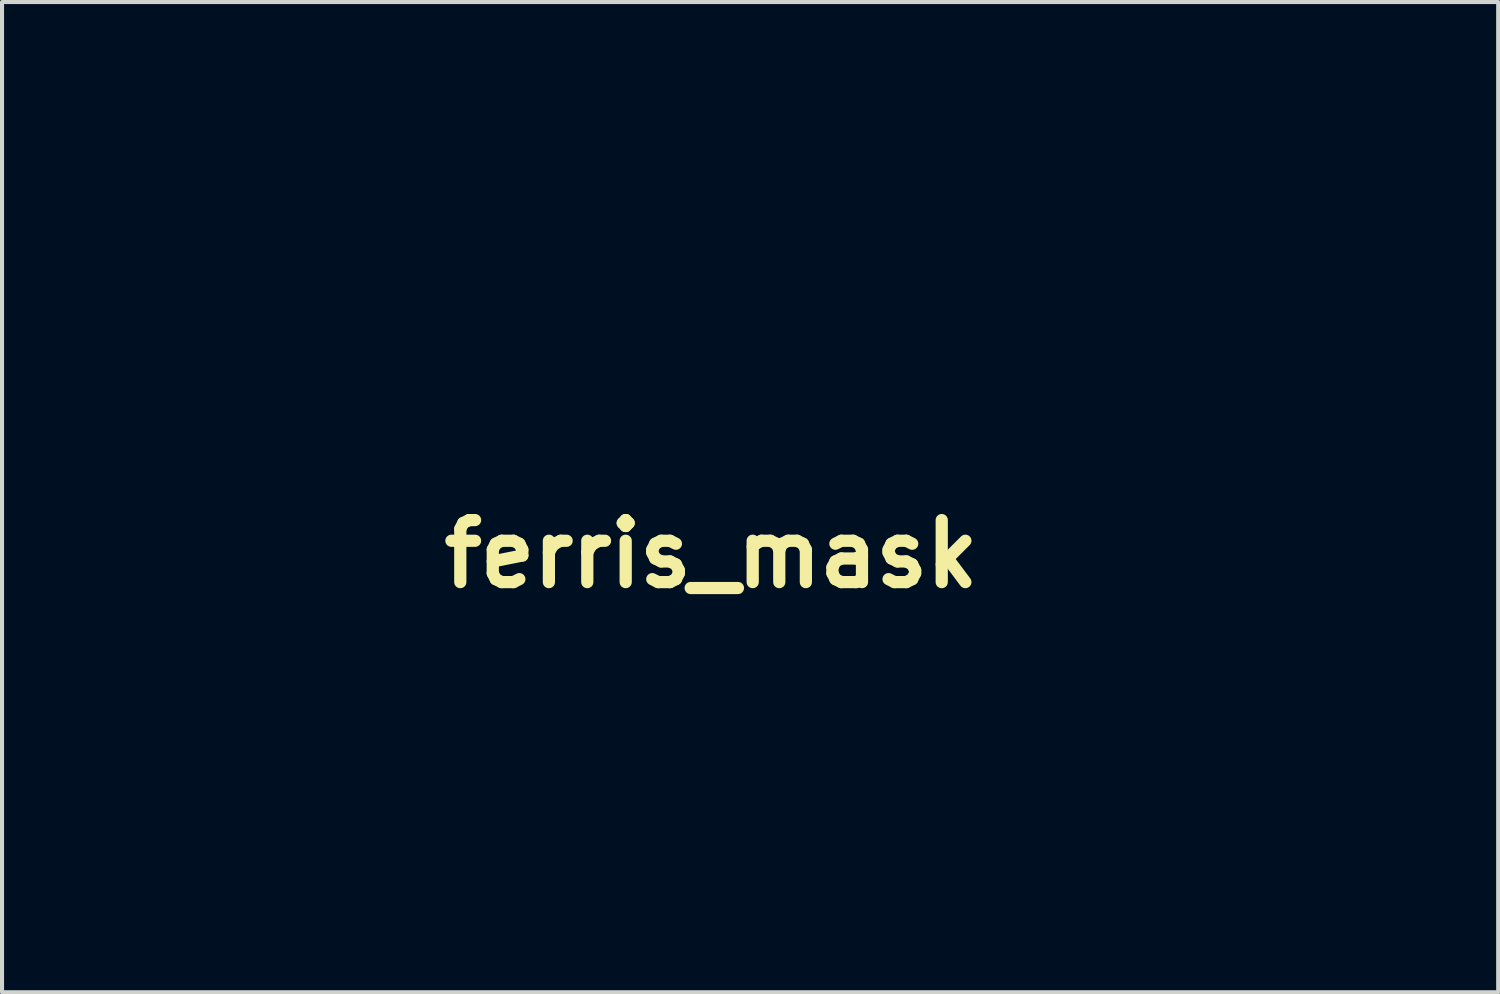
<source format=kicad_pcb>
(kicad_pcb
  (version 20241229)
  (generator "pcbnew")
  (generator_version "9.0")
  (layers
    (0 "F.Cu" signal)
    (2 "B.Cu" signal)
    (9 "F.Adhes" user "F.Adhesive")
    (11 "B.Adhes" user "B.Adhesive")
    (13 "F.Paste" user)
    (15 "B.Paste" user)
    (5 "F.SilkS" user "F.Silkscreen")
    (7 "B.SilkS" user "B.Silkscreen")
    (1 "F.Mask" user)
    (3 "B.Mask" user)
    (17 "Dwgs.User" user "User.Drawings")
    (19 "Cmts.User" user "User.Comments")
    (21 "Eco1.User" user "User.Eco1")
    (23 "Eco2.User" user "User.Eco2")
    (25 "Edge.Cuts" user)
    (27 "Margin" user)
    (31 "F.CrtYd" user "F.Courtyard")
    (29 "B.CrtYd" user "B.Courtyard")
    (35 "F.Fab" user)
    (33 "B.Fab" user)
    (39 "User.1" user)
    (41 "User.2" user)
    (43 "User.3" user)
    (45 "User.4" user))
  (footprint "ferris_mask"
    (layer "F.Cu")
    (at 14.428 10.563)
    (property "Reference" "ferris_mask" (at 0 0 0) (layer "F.SilkS") (effects (font (size 1.524 1.524) (thickness 0.3))))
    (attr board_only exclude_from_pos_files exclude_from_bom)
    (fp_poly (pts (xy 5.111 -7.078) (xy 5.085 -7.053) (xy 5.06 -7.078) (xy 5.085 -7.104)) (stroke (width 0) (type solid)) (fill yes) (layer "F.Mask"))
    (fp_poly (pts (xy -9.665 -0.037) (xy -9.652 -0.007) (xy -9.649 0.077) (xy -9.672 0.209) (xy -9.71 0.353) (xy -9.755 0.478) (xy -9.797 0.55) (xy -9.812 0.556) (xy -9.878 0.54) (xy -9.927 0.527) (xy -10.005 0.467) (xy -9.997 0.353) (xy -9.906 0.184) (xy -9.852 0.111) (xy -9.755 -0.009) (xy -9.698 -0.055)) (stroke (width 0) (type solid)) (fill yes) (layer "F.Mask"))
    (fp_poly (pts (xy 5.147 -3.423) (xy 5.389 -3.337) (xy 5.66 -3.211) (xy 5.867 -3.105) (xy 5.997 -3.026) (xy 6.066 -2.959) (xy 6.089 -2.89) (xy 6.087 -2.831) (xy 6.103 -2.758) (xy 6.152 -2.623) (xy 6.215 -2.473) (xy 6.316 -2.147) (xy 6.344 -1.807) (xy 6.307 -1.464) (xy 6.213 -1.133) (xy 6.068 -0.826) (xy 5.881 -0.555) (xy 5.658 -0.334) (xy 5.408 -0.175) (xy 5.137 -0.092) (xy 4.854 -0.096) (xy 4.823 -0.103) (xy 4.576 -0.207) (xy 4.367 -0.396) (xy 4.2 -0.655) (xy 4.08 -0.973) (xy 4.011 -1.335) (xy 3.998 -1.73) (xy 4.015 -1.876) (xy 4.219 -1.876) (xy 4.259 -1.66) (xy 4.364 -1.52) (xy 4.411 -1.492) (xy 4.589 -1.439) (xy 4.754 -1.473) (xy 4.861 -1.537) (xy 4.969 -1.646) (xy 5.218 -1.646) (xy 5.231 -1.559) (xy 5.3 -1.494) (xy 5.4 -1.49) (xy 5.48 -1.546) (xy 5.489 -1.565) (xy 5.485 -1.675) (xy 5.413 -1.763) (xy 5.333 -1.789) (xy 5.254 -1.746) (xy 5.218 -1.646) (xy 4.969 -1.646) (xy 5.036 -1.713) (xy 5.134 -1.943) (xy 5.162 -2.208) (xy 5.129 -2.483) (xy 5.034 -2.685) (xy 4.88 -2.809) (xy 4.78 -2.839) (xy 4.611 -2.84) (xy 4.477 -2.766) (xy 4.371 -2.611) (xy 4.288 -2.366) (xy 4.245 -2.166) (xy 4.219 -1.876) (xy 4.015 -1.876) (xy 4.047 -2.144) (xy 4.058 -2.198) (xy 4.148 -2.529) (xy 4.27 -2.836) (xy 4.413 -3.098) (xy 4.564 -3.292) (xy 4.649 -3.363) (xy 4.795 -3.434) (xy 4.955 -3.455)) (stroke (width 0) (type solid)) (fill yes) (layer "F.Mask"))
    (fp_poly (pts (xy 4.487 0.746) (xy 4.513 0.784) (xy 4.52 0.898) (xy 4.49 1.085) (xy 4.43 1.326) (xy 4.346 1.601) (xy 4.244 1.891) (xy 4.131 2.176) (xy 4.014 2.438) (xy 3.909 2.636) (xy 3.779 2.819) (xy 3.608 3.002) (xy 3.427 3.16) (xy 3.264 3.263) (xy 3.239 3.273) (xy 3.076 3.312) (xy 2.886 3.304) (xy 2.716 3.271) (xy 2.58 3.211) (xy 2.424 3.104) (xy 2.343 3.033) (xy 2.22 2.888) (xy 2.171 2.815) (xy 2.565 2.815) (xy 2.602 2.864) (xy 2.67 2.902) (xy 2.895 2.957) (xy 3.13 2.925) (xy 3.217 2.889) (xy 3.352 2.781) (xy 3.499 2.601) (xy 3.643 2.376) (xy 3.767 2.13) (xy 3.854 1.894) (xy 3.896 1.727) (xy 3.921 1.605) (xy 3.922 1.554) (xy 3.867 1.56) (xy 3.748 1.598) (xy 3.637 1.642) (xy 3.486 1.709) (xy 3.408 1.766) (xy 3.378 1.842) (xy 3.373 1.95) (xy 3.358 2.085) (xy 3.302 2.207) (xy 3.186 2.351) (xy 3.163 2.376) (xy 3.011 2.519) (xy 2.846 2.641) (xy 2.755 2.692) (xy 2.614 2.762) (xy 2.565 2.815) (xy 2.171 2.815) (xy 2.086 2.686) (xy 1.954 2.455) (xy 1.84 2.223) (xy 1.758 2.019) (xy 1.723 1.875) (xy 1.723 1.812) (xy 1.744 1.763) (xy 1.802 1.718) (xy 1.914 1.666) (xy 2.095 1.599) (xy 2.274 1.537) (xy 2.54 1.439) (xy 2.86 1.314) (xy 3.196 1.176) (xy 3.509 1.042) (xy 3.538 1.029) (xy 3.867 0.886) (xy 4.116 0.789) (xy 4.295 0.735) (xy 4.415 0.722)) (stroke (width 0) (type solid)) (fill yes) (layer "F.Mask"))
    (fp_poly (pts (xy -0.244 -1.925) (xy 0.169 -1.851) (xy 0.512 -1.701) (xy 0.785 -1.478) (xy 0.986 -1.183) (xy 1.114 -0.816) (xy 1.164 -0.452) (xy 1.143 0.017) (xy 1.021 0.472) (xy 0.797 0.917) (xy 0.771 0.958) (xy 0.528 1.259) (xy 0.25 1.466) (xy -0.058 1.578) (xy -0.396 1.591) (xy -0.494 1.577) (xy -0.805 1.482) (xy -1.066 1.31) (xy -1.282 1.056) (xy -1.458 0.715) (xy -1.583 0.343) (xy -1.611 0.17) (xy -1.624 -0.06) (xy -1.623 -0.313) (xy -1.618 -0.39) (xy -1.329 -0.39) (xy -1.326 -0.201) (xy -1.307 -0.078) (xy -1.26 0.016) (xy -1.171 0.118) (xy -1.124 0.166) (xy -0.997 0.283) (xy -0.904 0.339) (xy -0.811 0.346) (xy -0.755 0.337) (xy -0.621 0.282) (xy -0.468 0.178) (xy -0.397 0.116) (xy -0.329 0.03) (xy -0.101 0.03) (xy -0.083 0.131) (xy -0.014 0.195) (xy 0.088 0.194) (xy 0.183 0.133) (xy 0.206 0.099) (xy 0.227 -0.024) (xy 0.168 -0.115) (xy 0.048 -0.145) (xy 0.031 -0.143) (xy -0.065 -0.086) (xy -0.101 0.03) (xy -0.329 0.03) (xy -0.248 -0.072) (xy -0.12 -0.31) (xy -0.031 -0.556) (xy 0 -0.762) (xy -0.035 -1.071) (xy -0.138 -1.305) (xy -0.311 -1.464) (xy -0.502 -1.537) (xy -0.655 -1.562) (xy -0.764 -1.543) (xy -0.878 -1.476) (xy -1.043 -1.305) (xy -1.181 -1.062) (xy -1.279 -0.775) (xy -1.326 -0.472) (xy -1.329 -0.39) (xy -1.618 -0.39) (xy -1.608 -0.556) (xy -1.579 -0.753) (xy -1.555 -0.839) (xy -1.54 -0.91) (xy -1.589 -0.909) (xy -1.597 -0.906) (xy -1.696 -0.913) (xy -1.736 -0.943) (xy -1.745 -0.988) (xy -1.705 -1.06) (xy -1.609 -1.169) (xy -1.447 -1.326) (xy -1.353 -1.413) (xy -1.114 -1.626) (xy -0.924 -1.774) (xy -0.763 -1.869) (xy -0.61 -1.919) (xy -0.443 -1.935)) (stroke (width 0) (type solid)) (fill yes) (layer "F.Mask"))
    (fp_poly (pts (xy -0.903 -10.559) (xy -0.718 -10.484) (xy -0.52 -10.34) (xy -0.335 -10.15) (xy -0.191 -9.939) (xy -0.182 -9.922) (xy -0.069 -9.714) (xy 0.084 -9.455) (xy 0.256 -9.179) (xy 0.427 -8.917) (xy 0.538 -8.755) (xy 0.624 -8.644) (xy 0.709 -8.57) (xy 0.819 -8.522) (xy 0.983 -8.488) (xy 1.178 -8.46) (xy 1.311 -8.446) (xy 1.398 -8.461) (xy 1.471 -8.522) (xy 1.565 -8.646) (xy 1.585 -8.674) (xy 1.791 -8.929) (xy 2.027 -9.168) (xy 2.264 -9.363) (xy 2.421 -9.462) (xy 2.651 -9.534) (xy 2.868 -9.512) (xy 3.063 -9.404) (xy 3.224 -9.218) (xy 3.342 -8.963) (xy 3.397 -8.713) (xy 3.435 -8.507) (xy 3.489 -8.299) (xy 3.508 -8.242) (xy 3.549 -8.09) (xy 3.561 -7.965) (xy 3.557 -7.935) (xy 3.546 -7.851) (xy 3.584 -7.776) (xy 3.686 -7.692) (xy 3.848 -7.591) (xy 4.094 -7.449) (xy 4.206 -7.554) (xy 4.309 -7.629) (xy 4.471 -7.723) (xy 4.657 -7.818) (xy 4.66 -7.819) (xy 4.845 -7.902) (xy 4.974 -7.943) (xy 5.079 -7.949) (xy 5.192 -7.927) (xy 5.201 -7.925) (xy 5.395 -7.844) (xy 5.533 -7.716) (xy 5.622 -7.525) (xy 5.67 -7.258) (xy 5.681 -7.052) (xy 5.691 -6.697) (xy 5.993 -6.463) (xy 6.296 -6.228) (xy 6.496 -6.308) (xy 6.688 -6.371) (xy 6.816 -6.386) (xy 6.872 -6.352) (xy 6.867 -6.312) (xy 6.816 -6.244) (xy 6.791 -6.235) (xy 6.707 -6.206) (xy 6.591 -6.136) (xy 6.478 -6.049) (xy 6.403 -5.972) (xy 6.389 -5.941) (xy 6.421 -5.882) (xy 6.439 -5.877) (xy 6.505 -5.846) (xy 6.615 -5.767) (xy 6.682 -5.711) (xy 6.809 -5.615) (xy 6.915 -5.559) (xy 6.951 -5.552) (xy 7.05 -5.562) (xy 7.073 -5.565) (xy 7.078 -5.6) (xy 7.026 -5.674) (xy 6.972 -5.742) (xy 6.962 -5.805) (xy 6.999 -5.899) (xy 7.044 -5.985) (xy 7.126 -6.16) (xy 7.149 -6.274) (xy 7.112 -6.35) (xy 7.065 -6.384) (xy 7.006 -6.425) (xy 7.036 -6.437) (xy 7.06 -6.438) (xy 7.206 -6.394) (xy 7.313 -6.27) (xy 7.367 -6.082) (xy 7.371 -6.031) (xy 7.37 -5.875) (xy 7.359 -5.68) (xy 7.341 -5.476) (xy 7.32 -5.293) (xy 7.298 -5.16) (xy 7.283 -5.111) (xy 7.296 -5.052) (xy 7.352 -4.948) (xy 7.429 -4.833) (xy 7.504 -4.739) (xy 7.554 -4.702) (xy 7.615 -4.728) (xy 7.727 -4.795) (xy 7.778 -4.829) (xy 7.953 -4.925) (xy 8.151 -5.004) (xy 8.193 -5.017) (xy 8.326 -5.047) (xy 8.432 -5.046) (xy 8.549 -5.009) (xy 8.712 -4.931) (xy 8.854 -4.854) (xy 8.971 -4.776) (xy 9.067 -4.685) (xy 9.15 -4.567) (xy 9.224 -4.411) (xy 9.294 -4.205) (xy 9.367 -3.937) (xy 9.448 -3.595) (xy 9.542 -3.166) (xy 9.558 -3.092) (xy 9.627 -2.781) (xy 9.69 -2.503) (xy 9.746 -2.275) (xy 9.788 -2.112) (xy 9.815 -2.03) (xy 9.818 -2.024) (xy 9.888 -2.017) (xy 10.039 -2.052) (xy 10.26 -2.128) (xy 10.541 -2.239) (xy 10.873 -2.383) (xy 10.879 -2.385) (xy 11.068 -2.475) (xy 11.178 -2.541) (xy 11.222 -2.594) (xy 11.219 -2.644) (xy 11.192 -2.737) (xy 11.156 -2.897) (xy 11.118 -3.093) (xy 11.114 -3.118) (xy 11.077 -3.547) (xy 11.106 -3.999) (xy 11.187 -4.383) (xy 11.333 -4.728) (xy 11.56 -5.079) (xy 11.85 -5.416) (xy 12.185 -5.72) (xy 12.547 -5.971) (xy 12.744 -6.075) (xy 13.08 -6.222) (xy 13.34 -6.305) (xy 13.522 -6.325) (xy 13.626 -6.281) (xy 13.628 -6.278) (xy 13.657 -6.193) (xy 13.685 -6.027) (xy 13.71 -5.799) (xy 13.731 -5.529) (xy 13.747 -5.238) (xy 13.756 -4.947) (xy 13.758 -4.675) (xy 13.75 -4.443) (xy 13.749 -4.421) (xy 13.735 -4.217) (xy 13.725 -4.057) (xy 13.721 -3.965) (xy 13.721 -3.951) (xy 13.765 -3.969) (xy 13.885 -4.025) (xy 14.063 -4.112) (xy 14.283 -4.221) (xy 14.376 -4.267) (xy 14.7 -4.422) (xy 15.029 -4.565) (xy 15.346 -4.691) (xy 15.639 -4.796) (xy 15.892 -4.874) (xy 16.092 -4.92) (xy 16.223 -4.93) (xy 16.263 -4.915) (xy 16.303 -4.82) (xy 16.327 -4.647) (xy 16.333 -4.421) (xy 16.325 -4.165) (xy 16.302 -3.901) (xy 16.265 -3.654) (xy 16.215 -3.448) (xy 16.026 -2.998) (xy 15.755 -2.563) (xy 15.418 -2.166) (xy 15.035 -1.832) (xy 14.907 -1.744) (xy 14.517 -1.519) (xy 14.138 -1.367) (xy 13.734 -1.277) (xy 13.307 -1.239) (xy 12.995 -1.232) (xy 12.747 -1.242) (xy 12.579 -1.267) (xy 12.562 -1.273) (xy 12.452 -1.302) (xy 12.37 -1.292) (xy 12.28 -1.23) (xy 12.191 -1.149) (xy 11.985 -0.968) (xy 11.729 -0.763) (xy 11.452 -0.556) (xy 11.186 -0.37) (xy 10.96 -0.228) (xy 10.937 -0.215) (xy 10.802 -0.148) (xy 10.605 -0.061) (xy 10.366 0.038) (xy 10.104 0.141) (xy 9.84 0.242) (xy 9.594 0.331) (xy 9.385 0.403) (xy 9.235 0.448) (xy 9.169 0.46) (xy 9.104 0.489) (xy 9.097 0.511) (xy 9.106 0.545) (xy 9.146 0.557) (xy 9.233 0.543) (xy 9.383 0.501) (xy 9.593 0.435) (xy 9.831 0.359) (xy 9.989 0.32) (xy 10.082 0.33) (xy 10.128 0.403) (xy 10.141 0.549) (xy 10.137 0.783) (xy 10.136 0.856) (xy 10.125 1.224) (xy 10.105 1.515) (xy 10.073 1.754) (xy 10.027 1.966) (xy 9.985 2.108) (xy 9.917 2.266) (xy 9.831 2.342) (xy 9.711 2.339) (xy 9.54 2.26) (xy 9.452 2.207) (xy 9.308 2.101) (xy 9.158 1.97) (xy 9.025 1.834) (xy 8.929 1.717) (xy 8.893 1.641) (xy 8.935 1.617) (xy 9.015 1.622) (xy 9.134 1.619) (xy 9.256 1.581) (xy 9.338 1.523) (xy 9.353 1.49) (xy 9.306 1.472) (xy 9.187 1.466) (xy 9.057 1.471) (xy 8.888 1.48) (xy 8.792 1.469) (xy 8.737 1.429) (xy 8.7 1.36) (xy 8.665 1.265) (xy 8.696 1.231) (xy 8.779 1.225) (xy 8.891 1.208) (xy 9.031 1.165) (xy 9.171 1.109) (xy 9.283 1.051) (xy 9.338 1.003) (xy 9.336 0.988) (xy 9.273 0.986) (xy 9.151 1.017) (xy 9.074 1.044) (xy 8.846 1.109) (xy 8.675 1.11) (xy 8.571 1.049) (xy 8.543 0.98) (xy 8.563 0.85) (xy 8.615 0.762) (xy 8.665 0.692) (xy 8.658 0.667) (xy 8.584 0.714) (xy 8.492 0.828) (xy 8.402 0.98) (xy 8.334 1.144) (xy 8.332 1.15) (xy 8.266 1.323) (xy 8.173 1.531) (xy 8.063 1.751) (xy 7.949 1.961) (xy 7.843 2.138) (xy 7.756 2.26) (xy 7.712 2.302) (xy 7.619 2.322) (xy 7.524 2.26) (xy 7.515 2.251) (xy 7.445 2.143) (xy 7.466 2.041) (xy 7.582 1.935) (xy 7.645 1.895) (xy 7.756 1.814) (xy 7.818 1.74) (xy 7.817 1.693) (xy 7.788 1.687) (xy 7.736 1.719) (xy 7.623 1.806) (xy 7.468 1.934) (xy 7.284 2.091) (xy 7.089 2.263) (xy 6.899 2.434) (xy 6.716 2.599) (xy 6.511 2.779) (xy 6.3 2.959) (xy 6.099 3.126) (xy 5.926 3.267) (xy 5.796 3.367) (xy 5.726 3.413) (xy 5.726 3.413) (xy 5.646 3.456) (xy 5.512 3.537) (xy 5.368 3.63) (xy 5.191 3.739) (xy 4.964 3.866) (xy 4.707 4.004) (xy 4.436 4.143) (xy 4.169 4.274) (xy 3.924 4.389) (xy 3.72 4.479) (xy 3.573 4.534) (xy 3.51 4.548) (xy 3.413 4.581) (xy 3.396 4.594) (xy 3.323 4.633) (xy 3.176 4.695) (xy 2.978 4.771) (xy 2.751 4.853) (xy 2.519 4.932) (xy 2.304 4.999) (xy 2.198 5.03) (xy 1.981 5.088) (xy 1.737 5.154) (xy 1.61 5.188) (xy 1.402 5.252) (xy 1.199 5.325) (xy 1.095 5.37) (xy 0.906 5.441) (xy 0.676 5.504) (xy 0.445 5.547) (xy 0.252 5.565) (xy 0.194 5.562) (xy 0.09 5.56) (xy -0.084 5.568) (xy -0.294 5.582) (xy -0.358 5.588) (xy -0.693 5.612) (xy -1.059 5.629) (xy -1.43 5.639) (xy -1.786 5.641) (xy -2.101 5.635) (xy -2.354 5.621) (xy -2.479 5.607) (xy -2.702 5.578) (xy -2.961 5.554) (xy -3.143 5.543) (xy -3.423 5.524) (xy -3.7 5.488) (xy -4.004 5.43) (xy -4.362 5.346) (xy -4.556 5.296) (xy -4.836 5.216) (xy -5.116 5.125) (xy -5.374 5.03) (xy -5.587 4.941) (xy -5.732 4.865) (xy -5.762 4.844) (xy -5.809 4.822) (xy -5.842 4.855) (xy -5.867 4.959) (xy -5.89 5.147) (xy -5.894 5.184) (xy -5.897 5.357) (xy -5.875 5.493) (xy -5.86 5.528) (xy -5.833 5.615) (xy -5.867 5.724) (xy -5.898 5.781) (xy -5.958 5.89) (xy -5.961 5.953) (xy -5.904 6.01) (xy -5.873 6.034) (xy -5.791 6.103) (xy -5.787 6.156) (xy -5.852 6.236) (xy -5.918 6.318) (xy -5.915 6.368) (xy -5.864 6.411) (xy -5.82 6.461) (xy -5.793 6.545) (xy -5.78 6.687) (xy -5.775 6.905) (xy -5.775 6.946) (xy -5.786 7.262) (xy -5.82 7.48) (xy -5.85 7.56) (xy -5.97 7.711) (xy -6.125 7.767) (xy -6.315 7.725) (xy -6.422 7.67) (xy -6.542 7.571) (xy -6.677 7.423) (xy -6.75 7.325) (xy -6.881 7.146) (xy -7.04 6.947) (xy -7.146 6.823) (xy -7.301 6.639) (xy -7.458 6.436) (xy -7.545 6.312) (xy -7.654 6.154) (xy -7.801 5.951) (xy -7.961 5.735) (xy -8.027 5.647) (xy -8.189 5.425) (xy -8.351 5.187) (xy -8.486 4.972) (xy -8.524 4.906) (xy -8.656 4.68) (xy -8.809 4.434) (xy -8.92 4.263) (xy -9.037 4.084) (xy -9.139 3.913) (xy -9.204 3.79) (xy -9.258 3.683) (xy -9.298 3.63) (xy -9.301 3.629) (xy -9.335 3.672) (xy -9.389 3.779) (xy -9.413 3.834) (xy -9.491 3.972) (xy -9.571 4.036) (xy -9.585 4.037) (xy -9.648 4.069) (xy -9.646 4.132) (xy -9.651 4.266) (xy -9.722 4.365) (xy -9.815 4.395) (xy -9.898 4.428) (xy -9.907 4.508) (xy -9.856 4.587) (xy -9.83 4.667) (xy -9.88 4.745) (xy -9.984 4.796) (xy -10.049 4.804) (xy -10.145 4.838) (xy -10.17 4.919) (xy -10.115 5.015) (xy -10.1 5.028) (xy -10.085 5.062) (xy -10.096 5.127) (xy -10.139 5.232) (xy -10.219 5.39) (xy -10.342 5.609) (xy -10.511 5.901) (xy -10.586 6.029) (xy -10.753 6.309) (xy -10.906 6.56) (xy -11.037 6.768) (xy -11.136 6.918) (xy -11.195 6.998) (xy -11.205 7.007) (xy -11.293 7.015) (xy -11.425 6.99) (xy -11.447 6.983) (xy -11.557 6.924) (xy -11.66 6.815) (xy -11.761 6.646) (xy -11.867 6.406) (xy -11.981 6.085) (xy -12.088 5.749) (xy -12.169 5.468) (xy -12.228 5.222) (xy -12.271 4.976) (xy -12.303 4.695) (xy -12.33 4.361) (xy -12.381 3.635) (xy -11.861 3.635) (xy -11.856 4.086) (xy -11.827 4.495) (xy -11.779 4.809) (xy -11.703 5.146) (xy -11.638 5.387) (xy -11.584 5.528) (xy -11.545 5.571) (xy -11.515 5.525) (xy -11.464 5.399) (xy -11.398 5.214) (xy -11.324 4.986) (xy -11.319 4.97) (xy -11.158 4.45) (xy -11.022 4.022) (xy -10.91 3.677) (xy -10.818 3.41) (xy -10.803 3.37) (xy -9.046 3.37) (xy -9.004 3.447) (xy -8.908 3.509) (xy -8.833 3.526) (xy -8.757 3.569) (xy -8.647 3.685) (xy -8.529 3.846) (xy -8.385 4.053) (xy -8.213 4.288) (xy -8.053 4.497) (xy -7.886 4.713) (xy -7.705 4.954) (xy -7.555 5.162) (xy -7.333 5.445) (xy -7.071 5.733) (xy -6.798 5.995) (xy -6.542 6.204) (xy -6.485 6.245) (xy -6.261 6.396) (xy -6.228 6.251) (xy -6.215 6.143) (xy -6.204 5.959) (xy -6.197 5.728) (xy -6.194 5.52) (xy -6.197 5.254) (xy -6.204 4.999) (xy -6.216 4.786) (xy -6.227 4.676) (xy -6.254 4.522) (xy -6.29 4.446) (xy -6.351 4.421) (xy -6.371 4.421) (xy -6.49 4.401) (xy -6.518 4.34) (xy -6.458 4.229) (xy -6.445 4.212) (xy -6.356 4.078) (xy -6.346 4.004) (xy -6.397 3.986) (xy -6.479 3.954) (xy -6.537 3.908) (xy -6.612 3.845) (xy -6.748 3.739) (xy -6.921 3.609) (xy -7.027 3.53) (xy -7.217 3.386) (xy -7.388 3.25) (xy -7.515 3.142) (xy -7.554 3.103) (xy -7.672 2.977) (xy -8.038 3.131) (xy -8.32 3.229) (xy -8.603 3.295) (xy -8.725 3.31) (xy -8.891 3.328) (xy -9.007 3.351) (xy -9.046 3.37) (xy -10.803 3.37) (xy -10.744 3.213) (xy -10.686 3.079) (xy -10.642 3.002) (xy -10.608 2.973) (xy -10.608 2.973) (xy -10.515 2.991) (xy -10.4 3.058) (xy -10.393 3.063) (xy -10.279 3.126) (xy -10.149 3.162) (xy -10.035 3.167) (xy -9.97 3.138) (xy -9.966 3.12) (xy -10.005 3.066) (xy -10.104 2.98) (xy -10.19 2.917) (xy -10.459 2.694) (xy -10.723 2.409) (xy -10.96 2.091) (xy -11.149 1.767) (xy -11.263 1.486) (xy -11.312 1.262) (xy -11.339 1.009) (xy -11.34 0.961) (xy -10.547 0.961) (xy -10.53 1.063) (xy -10.493 1.191) (xy -10.446 1.309) (xy -10.408 1.376) (xy -10.334 1.441) (xy -10.205 1.537) (xy -10.087 1.616) (xy -9.934 1.718) (xy -9.81 1.807) (xy -9.754 1.853) (xy -9.661 1.932) (xy -9.558 2.008) (xy -9.486 2.07) (xy -9.499 2.092) (xy -9.591 2.075) (xy -9.753 2.02) (xy -9.889 1.967) (xy -10.075 1.891) (xy -10.178 1.854) (xy -10.21 1.857) (xy -10.183 1.899) (xy -10.115 1.974) (xy -9.889 2.172) (xy -9.616 2.323) (xy -9.282 2.432) (xy -8.872 2.503) (xy -8.568 2.531) (xy -8.317 2.555) (xy -8.168 2.582) (xy -8.117 2.611) (xy -8.165 2.641) (xy -8.309 2.668) (xy -8.549 2.691) (xy -8.672 2.698) (xy -8.898 2.711) (xy -9.034 2.724) (xy -9.092 2.738) (xy -9.086 2.759) (xy -9.028 2.788) (xy -9.02 2.791) (xy -8.739 2.86) (xy -8.431 2.849) (xy -8.117 2.765) (xy -7.821 2.618) (xy -7.565 2.417) (xy -7.371 2.17) (xy -7.364 2.157) (xy -7.312 2.09) (xy -7.285 2.102) (xy -7.286 2.174) (xy -7.32 2.285) (xy -7.336 2.322) (xy -7.423 2.506) (xy -7.178 2.722) (xy -6.89 2.963) (xy -6.642 3.133) (xy -6.416 3.244) (xy -6.191 3.308) (xy -6.119 3.319) (xy -5.908 3.357) (xy -5.704 3.407) (xy -5.596 3.443) (xy -5.404 3.496) (xy -5.197 3.521) (xy -5.005 3.518) (xy -4.86 3.486) (xy -4.804 3.45) (xy -4.737 3.386) (xy -4.708 3.373) (xy -4.658 3.406) (xy -4.554 3.491) (xy -4.419 3.611) (xy -4.4 3.628) (xy -4.257 3.757) (xy -4.167 3.824) (xy -4.11 3.839) (xy -4.067 3.81) (xy -4.053 3.794) (xy -4.007 3.745) (xy -3.997 3.772) (xy -4.014 3.871) (xy -4.017 3.997) (xy -3.967 4.039) (xy -3.873 3.995) (xy -3.789 3.917) (xy -3.702 3.782) (xy -3.647 3.618) (xy -3.645 3.609) (xy -3.615 3.48) (xy -3.579 3.401) (xy -3.572 3.395) (xy -3.527 3.408) (xy -3.501 3.49) (xy -3.496 3.609) (xy -3.518 3.733) (xy -3.525 3.753) (xy -3.558 3.861) (xy -3.56 3.919) (xy -3.56 3.919) (xy -3.5 3.921) (xy -3.379 3.899) (xy -3.23 3.863) (xy -3.091 3.82) (xy -2.994 3.78) (xy -2.98 3.771) (xy -2.898 3.66) (xy -2.883 3.5) (xy -2.935 3.283) (xy -3.056 3) (xy -3.056 2.999) (xy -3.173 2.779) (xy -3.293 2.585) (xy -3.405 2.432) (xy -3.496 2.336) (xy -3.556 2.314) (xy -3.562 2.318) (xy -3.551 2.371) (xy -3.493 2.469) (xy -3.478 2.49) (xy -3.364 2.702) (xy -3.28 2.974) (xy -3.233 3.264) (xy -3.23 3.533) (xy -3.252 3.667) (xy -3.291 3.766) (xy -3.326 3.766) (xy -3.356 3.667) (xy -3.381 3.473) (xy -3.388 3.386) (xy -3.418 3.077) (xy -3.467 2.842) (xy -3.545 2.65) (xy -3.663 2.472) (xy -3.762 2.355) (xy -3.911 2.203) (xy -4.026 2.122) (xy -4.132 2.096) (xy -4.144 2.095) (xy -4.25 2.111) (xy -4.293 2.146) (xy -4.337 2.183) (xy -4.443 2.198) (xy -4.566 2.216) (xy -4.631 2.259) (xy -4.617 2.312) (xy -4.6 2.325) (xy -4.551 2.391) (xy -4.548 2.406) (xy -4.584 2.418) (xy -4.663 2.38) (xy -4.775 2.334) (xy -4.915 2.339) (xy -4.983 2.354) (xy -5.123 2.375) (xy -5.331 2.392) (xy -5.574 2.402) (xy -5.714 2.404) (xy -5.962 2.402) (xy -6.14 2.391) (xy -6.278 2.365) (xy -6.409 2.319) (xy -6.558 2.249) (xy -6.747 2.15) (xy -6.921 2.046) (xy -7.027 1.972) (xy -7.179 1.851) (xy -7.09 1.665) (xy -7.026 1.444) (xy -7.003 1.161) (xy -7.021 0.847) (xy -7.064 0.617) (xy -6.684 0.617) (xy -6.684 0.756) (xy -6.665 1.09) (xy -6.6 1.355) (xy -6.476 1.578) (xy -6.281 1.787) (xy -6.154 1.894) (xy -5.986 2.006) (xy -5.853 2.04) (xy -5.733 2) (xy -5.729 1.997) (xy -5.687 1.947) (xy -5.688 1.893) (xy -5.495 1.893) (xy -5.445 1.991) (xy -5.436 2) (xy -5.347 2.077) (xy -5.289 2.089) (xy -5.282 2.036) (xy -5.293 2.006) (xy -5.324 1.887) (xy -5.332 1.776) (xy -5.348 1.663) (xy -5.392 1.645) (xy -5.45 1.721) (xy -5.471 1.77) (xy -5.495 1.893) (xy -5.688 1.893) (xy -5.689 1.855) (xy -5.714 1.756) (xy -5.793 1.497) (xy -5.864 1.317) (xy -5.94 1.191) (xy -6.031 1.099) (xy -6.068 1.07) (xy -6.214 0.963) (xy -6.388 0.836) (xy -6.462 0.781) (xy -6.684 0.617) (xy -7.064 0.617) (xy -7.079 0.532) (xy -7.104 0.445) (xy -7.272 0.045) (xy -7.514 -0.3) (xy -7.837 -0.598) (xy -8.247 -0.856) (xy -8.462 -0.961) (xy -8.725 -1.065) (xy -8.929 -1.118) (xy -9.068 -1.119) (xy -9.135 -1.07) (xy -9.122 -0.97) (xy -9.074 -0.888) (xy -8.879 -0.569) (xy -8.69 -0.185) (xy -8.519 0.232) (xy -8.378 0.65) (xy -8.28 1.038) (xy -8.248 1.234) (xy -8.236 1.39) (xy -8.252 1.473) (xy -8.302 1.514) (xy -8.305 1.515) (xy -8.437 1.53) (xy -8.646 1.51) (xy -8.912 1.459) (xy -9.22 1.382) (xy -9.55 1.284) (xy -9.885 1.167) (xy -10.066 1.096) (xy -10.26 1.019) (xy -10.418 0.958) (xy -10.516 0.924) (xy -10.535 0.92) (xy -10.547 0.961) (xy -11.34 0.961) (xy -11.345 0.757) (xy -11.329 0.533) (xy -11.291 0.368) (xy -11.266 0.318) (xy -11.172 0.232) (xy -11.087 0.204) (xy -11.008 0.224) (xy -10.854 0.278) (xy -10.642 0.359) (xy -10.392 0.461) (xy -10.214 0.537) (xy -9.954 0.648) (xy -9.728 0.743) (xy -9.553 0.815) (xy -9.444 0.859) (xy -9.416 0.869) (xy -9.408 0.821) (xy -9.413 0.691) (xy -9.429 0.497) (xy -9.454 0.257) (xy -9.487 -0.011) (xy -9.526 -0.287) (xy -9.533 -0.332) (xy -9.579 -0.637) (xy -9.609 -0.859) (xy -9.624 -1.015) (xy -9.626 -1.122) (xy -9.616 -1.199) (xy -9.594 -1.262) (xy -9.59 -1.271) (xy -9.553 -1.337) (xy -9.499 -1.37) (xy -9.401 -1.377) (xy -9.231 -1.364) (xy -9.211 -1.362) (xy -9.005 -1.324) (xy -8.741 -1.247) (xy -8.451 -1.145) (xy -8.167 -1.028) (xy -7.921 -0.909) (xy -7.775 -0.823) (xy -7.641 -0.733) (xy -7.485 -0.631) (xy -7.456 -0.612) (xy -7.342 -0.514) (xy -7.202 -0.357) (xy -7.06 -0.171) (xy -7.022 -0.115) (xy -6.894 0.065) (xy -6.769 0.217) (xy -6.669 0.315) (xy -6.644 0.332) (xy -6.546 0.395) (xy -6.397 0.503) (xy -6.222 0.637) (xy -6.158 0.688) (xy -5.962 0.839) (xy -5.761 0.982) (xy -5.591 1.09) (xy -5.559 1.109) (xy -5.352 1.264) (xy -5.152 1.486) (xy -4.986 1.74) (xy -4.902 1.929) (xy -4.829 2.059) (xy -4.739 2.091) (xy -4.641 2.025) (xy -4.562 1.904) (xy -4.47 1.77) (xy -4.357 1.704) (xy -4.209 1.705) (xy -4.011 1.774) (xy -3.795 1.884) (xy -3.474 2.099) (xy -3.153 2.384) (xy -2.858 2.713) (xy -2.689 2.947) (xy -2.594 3.145) (xy -2.531 3.385) (xy -2.503 3.632) (xy -2.515 3.852) (xy -2.559 3.991) (xy -2.606 4.127) (xy -2.613 4.228) (xy -2.642 4.347) (xy -2.746 4.513) (xy -2.807 4.589) (xy -2.915 4.722) (xy -2.991 4.822) (xy -3.015 4.866) (xy -2.968 4.877) (xy -2.843 4.883) (xy -2.663 4.882) (xy -2.594 4.879) (xy -2.124 4.861) (xy -1.69 4.843) (xy -1.302 4.825) (xy -0.972 4.808) (xy -0.71 4.792) (xy -0.527 4.779) (xy -0.436 4.768) (xy -0.434 4.768) (xy -0.342 4.754) (xy -0.175 4.735) (xy 0.041 4.714) (xy 0.204 4.7) (xy 0.451 4.674) (xy 0.68 4.639) (xy 0.859 4.6) (xy 0.931 4.577) (xy 1.086 4.525) (xy 1.223 4.498) (xy 1.242 4.497) (xy 1.349 4.48) (xy 1.521 4.433) (xy 1.729 4.368) (xy 1.943 4.293) (xy 2.134 4.219) (xy 2.246 4.168) (xy 2.369 4.127) (xy 2.548 4.091) (xy 2.683 4.074) (xy 2.869 4.038) (xy 3.128 3.959) (xy 3.441 3.845) (xy 3.792 3.702) (xy 4.164 3.537) (xy 4.538 3.358) (xy 4.55 3.351) (xy 4.715 3.259) (xy 4.934 3.122) (xy 5.189 2.953) (xy 5.465 2.764) (xy 5.743 2.567) (xy 6.008 2.374) (xy 6.241 2.197) (xy 6.427 2.048) (xy 6.548 1.939) (xy 6.567 1.919) (xy 6.633 1.859) (xy 6.754 1.762) (xy 6.899 1.651) (xy 7.2 1.4) (xy 7.502 1.1) (xy 7.763 0.794) (xy 7.781 0.771) (xy 7.86 0.66) (xy 7.882 0.597) (xy 7.85 0.547) (xy 7.808 0.513) (xy 7.734 0.403) (xy 7.669 0.219) (xy 7.621 -0.015) (xy 7.598 -0.262) (xy 7.825 -0.262) (xy 7.859 -0.128) (xy 7.879 -0.079) (xy 7.949 0.031) (xy 8.015 0.04) (xy 8.047 0.004) (xy 8.045 -0.068) (xy 8.007 -0.183) (xy 7.95 -0.303) (xy 7.892 -0.389) (xy 7.861 -0.409) (xy 7.825 -0.367) (xy 7.825 -0.262) (xy 7.598 -0.262) (xy 7.597 -0.271) (xy 7.595 -0.332) (xy 7.628 -0.641) (xy 7.689 -0.818) (xy 7.973 -0.818) (xy 7.995 -0.682) (xy 8.054 -0.51) (xy 8.135 -0.33) (xy 8.226 -0.168) (xy 8.313 -0.049) (xy 8.383 -0.00014) (xy 8.386 0) (xy 8.399 -0.039) (xy 8.366 -0.134) (xy 8.357 -0.151) (xy 8.302 -0.315) (xy 8.284 -0.47) (xy 8.288 -0.639) (xy 8.388 -0.422) (xy 8.456 -0.293) (xy 8.514 -0.215) (xy 8.533 -0.204) (xy 8.667 -0.243) (xy 8.735 -0.347) (xy 8.739 -0.389) (xy 8.755 -0.491) (xy 8.802 -0.497) (xy 8.867 -0.425) (xy 8.897 -0.396) (xy 8.945 -0.384) (xy 9.024 -0.391) (xy 9.149 -0.421) (xy 9.334 -0.477) (xy 9.596 -0.562) (xy 9.742 -0.611) (xy 10.422 -0.861) (xy 11.023 -1.134) (xy 11.564 -1.44) (xy 11.689 -1.519) (xy 11.836 -1.621) (xy 11.914 -1.698) (xy 11.944 -1.778) (xy 11.944 -1.882) (xy 11.947 -2.007) (xy 11.979 -2.052) (xy 12.01 -2.051) (xy 12.092 -2.04) (xy 12.25 -2.026) (xy 12.456 -2.013) (xy 12.587 -2.005) (xy 13.087 -1.979) (xy 13.481 -2.284) (xy 13.698 -2.441) (xy 13.9 -2.568) (xy 14.071 -2.657) (xy 14.192 -2.698) (xy 14.243 -2.69) (xy 14.217 -2.65) (xy 14.131 -2.558) (xy 14.002 -2.432) (xy 13.948 -2.381) (xy 13.808 -2.246) (xy 13.707 -2.137) (xy 13.66 -2.073) (xy 13.66 -2.064) (xy 13.717 -2.069) (xy 13.831 -2.113) (xy 13.901 -2.146) (xy 14.015 -2.215) (xy 14.146 -2.315) (xy 14.303 -2.456) (xy 14.499 -2.65) (xy 14.745 -2.907) (xy 14.87 -3.04) (xy 14.987 -3.156) (xy 15.075 -3.224) (xy 15.115 -3.231) (xy 15.103 -3.153) (xy 15.051 -3.022) (xy 14.975 -2.869) (xy 14.891 -2.726) (xy 14.816 -2.625) (xy 14.799 -2.61) (xy 14.724 -2.528) (xy 14.733 -2.49) (xy 14.815 -2.508) (xy 14.878 -2.54) (xy 15.03 -2.655) (xy 15.185 -2.831) (xy 15.352 -3.079) (xy 15.538 -3.409) (xy 15.627 -3.581) (xy 15.807 -3.954) (xy 15.93 -4.248) (xy 15.995 -4.46) (xy 16.001 -4.59) (xy 15.967 -4.634) (xy 15.907 -4.635) (xy 15.798 -4.609) (xy 15.629 -4.552) (xy 15.392 -4.462) (xy 15.079 -4.333) (xy 14.77 -4.203) (xy 14.5 -4.079) (xy 14.202 -3.926) (xy 13.908 -3.762) (xy 13.647 -3.604) (xy 13.453 -3.471) (xy 13.308 -3.412) (xy 13.163 -3.446) (xy 13.03 -3.566) (xy 12.921 -3.762) (xy 12.873 -3.904) (xy 12.847 -4.115) (xy 12.854 -4.395) (xy 12.89 -4.718) (xy 12.951 -5.056) (xy 13.031 -5.385) (xy 13.126 -5.678) (xy 13.23 -5.908) (xy 13.26 -5.957) (xy 13.305 -6.05) (xy 13.305 -6.098) (xy 13.238 -6.099) (xy 13.107 -6.05) (xy 12.931 -5.961) (xy 12.729 -5.844) (xy 12.519 -5.71) (xy 12.319 -5.57) (xy 12.148 -5.436) (xy 12.032 -5.326) (xy 11.888 -5.136) (xy 11.739 -4.881) (xy 11.602 -4.597) (xy 11.493 -4.318) (xy 11.449 -4.165) (xy 11.394 -3.748) (xy 11.425 -3.338) (xy 11.539 -2.956) (xy 11.73 -2.626) (xy 11.807 -2.502) (xy 11.841 -2.4) (xy 11.838 -2.376) (xy 11.775 -2.314) (xy 11.634 -2.224) (xy 11.43 -2.115) (xy 11.179 -1.994) (xy 10.9 -1.871) (xy 10.607 -1.753) (xy 10.528 -1.723) (xy 10.275 -1.636) (xy 9.979 -1.545) (xy 9.662 -1.456) (xy 9.346 -1.375) (xy 9.052 -1.306) (xy 8.803 -1.255) (xy 8.62 -1.229) (xy 8.57 -1.227) (xy 8.42 -1.196) (xy 8.257 -1.119) (xy 8.109 -1.015) (xy 8.005 -0.904) (xy 7.973 -0.818) (xy 7.689 -0.818) (xy 7.727 -0.929) (xy 7.878 -1.176) (xy 8.07 -1.36) (xy 8.207 -1.433) (xy 8.279 -1.47) (xy 8.31 -1.531) (xy 8.308 -1.647) (xy 8.299 -1.723) (xy 8.271 -1.905) (xy 8.224 -2.115) (xy 8.152 -2.377) (xy 8.068 -2.658) (xy 8.001 -2.837) (xy 7.898 -3.073) (xy 7.771 -3.338) (xy 7.635 -3.605) (xy 7.504 -3.847) (xy 7.392 -4.034) (xy 7.349 -4.096) (xy 7.229 -4.261) (xy 7.087 -4.464) (xy 7.045 -4.525) (xy 7.685 -4.525) (xy 7.703 -4.458) (xy 7.772 -4.33) (xy 7.881 -4.163) (xy 7.976 -4.03) (xy 8.156 -3.767) (xy 8.33 -3.475) (xy 8.485 -3.183) (xy 8.604 -2.917) (xy 8.67 -2.722) (xy 8.719 -2.634) (xy 8.772 -2.628) (xy 8.845 -2.604) (xy 8.947 -2.501) (xy 8.994 -2.439) (xy 9.137 -2.234) (xy 9.232 -2.1) (xy 9.29 -2.027) (xy 9.32 -2.003) (xy 9.334 -2.016) (xy 9.342 -2.054) (xy 9.343 -2.059) (xy 9.339 -2.143) (xy 9.315 -2.303) (xy 9.275 -2.514) (xy 9.23 -2.723) (xy 9.123 -3.192) (xy 9.035 -3.572) (xy 8.964 -3.873) (xy 8.906 -4.106) (xy 8.859 -4.282) (xy 8.819 -4.41) (xy 8.784 -4.502) (xy 8.75 -4.568) (xy 8.714 -4.619) (xy 8.674 -4.665) (xy 8.674 -4.665) (xy 8.584 -4.752) (xy 8.501 -4.794) (xy 8.385 -4.8) (xy 8.248 -4.789) (xy 8.005 -4.741) (xy 7.815 -4.66) (xy 7.7 -4.555) (xy 7.685 -4.525) (xy 7.045 -4.525) (xy 6.976 -4.626) (xy 6.804 -4.856) (xy 6.572 -5.126) (xy 6.301 -5.415) (xy 6.013 -5.702) (xy 5.729 -5.965) (xy 5.47 -6.182) (xy 5.354 -6.269) (xy 5.134 -6.411) (xy 4.861 -6.569) (xy 4.577 -6.719) (xy 4.409 -6.8) (xy 4.164 -6.914) (xy 3.929 -7.026) (xy 3.732 -7.123) (xy 3.623 -7.179) (xy 3.288 -7.339) (xy 4.332 -7.339) (xy 4.409 -7.268) (xy 4.509 -7.215) (xy 4.691 -7.119) (xy 4.868 -7.008) (xy 4.903 -6.982) (xy 5.045 -6.883) (xy 5.126 -6.853) (xy 5.159 -6.889) (xy 5.162 -6.921) (xy 5.201 -7.006) (xy 5.226 -7.023) (xy 5.263 -7.056) (xy 5.226 -7.083) (xy 5.167 -7.154) (xy 5.188 -7.251) (xy 5.238 -7.308) (xy 5.307 -7.424) (xy 5.295 -7.569) (xy 5.211 -7.707) (xy 5.126 -7.785) (xy 5.048 -7.809) (xy 4.953 -7.773) (xy 4.817 -7.673) (xy 4.747 -7.615) (xy 4.607 -7.507) (xy 4.488 -7.433) (xy 4.427 -7.41) (xy 4.336 -7.39) (xy 4.332 -7.339) (xy 3.288 -7.339) (xy 2.925 -7.511) (xy 2.2 -7.767) (xy 1.425 -7.954) (xy 0.997 -8.026) (xy 0.554 -8.083) (xy 0.18 -8.114) (xy -0.156 -8.118) (xy -0.485 -8.096) (xy -0.837 -8.049) (xy -1.078 -8.014) (xy -1.244 -7.999) (xy -1.362 -8.006) (xy -1.458 -8.032) (xy -1.473 -8.038) (xy -1.58 -8.102) (xy -1.591 -8.166) (xy -1.588 -8.171) (xy -1.526 -8.202) (xy -1.384 -8.246) (xy -1.182 -8.296) (xy 1.696 -8.296) (xy 1.712 -8.25) (xy 1.815 -8.218) (xy 2.011 -8.194) (xy 2.046 -8.192) (xy 2.258 -8.167) (xy 2.467 -8.128) (xy 2.571 -8.101) (xy 2.733 -8.052) (xy 2.82 -8.037) (xy 2.855 -8.06) (xy 2.862 -8.126) (xy 2.862 -8.152) (xy 2.884 -8.253) (xy 2.938 -8.277) (xy 2.99 -8.228) (xy 3.052 -8.18) (xy 3.108 -8.198) (xy 3.118 -8.233) (xy 3.075 -8.291) (xy 3.027 -8.313) (xy 2.984 -8.335) (xy 2.958 -8.388) (xy 2.946 -8.492) (xy 2.944 -8.667) (xy 2.946 -8.815) (xy 2.95 -9.04) (xy 2.945 -9.186) (xy 2.928 -9.275) (xy 2.892 -9.33) (xy 2.834 -9.375) (xy 2.827 -9.38) (xy 2.718 -9.435) (xy 2.625 -9.424) (xy 2.566 -9.396) (xy 2.487 -9.335) (xy 2.371 -9.222) (xy 2.237 -9.079) (xy 2.103 -8.927) (xy 1.988 -8.788) (xy 1.911 -8.682) (xy 1.891 -8.637) (xy 1.934 -8.602) (xy 2.04 -8.553) (xy 2.07 -8.542) (xy 2.198 -8.474) (xy 2.246 -8.404) (xy 2.213 -8.35) (xy 2.106 -8.33) (xy 1.982 -8.347) (xy 1.911 -8.382) (xy 1.83 -8.398) (xy 1.761 -8.36) (xy 1.696 -8.296) (xy -1.182 -8.296) (xy -1.181 -8.297) (xy -0.937 -8.352) (xy -0.674 -8.406) (xy -0.412 -8.455) (xy -0.17 -8.496) (xy 0.031 -8.523) (xy 0.166 -8.533) (xy 0.289 -8.545) (xy 0.355 -8.573) (xy 0.358 -8.582) (xy 0.312 -8.63) (xy 0.194 -8.662) (xy 0.035 -8.676) (xy -0.135 -8.665) (xy -0.154 -8.662) (xy -0.291 -8.648) (xy -0.35 -8.67) (xy -0.357 -8.696) (xy -0.33 -8.802) (xy -0.269 -8.877) (xy -0.225 -8.889) (xy -0.135 -8.885) (xy -0.106 -8.887) (xy -0.063 -8.908) (xy -0.09 -8.943) (xy -0.165 -8.967) (xy -0.19 -8.969) (xy -0.268 -9.009) (xy -0.283 -9.046) (xy -0.319 -9.148) (xy -0.395 -9.306) (xy -0.496 -9.492) (xy -0.606 -9.68) (xy -0.711 -9.844) (xy -0.795 -9.956) (xy -0.826 -9.986) (xy -0.898 -10.074) (xy -0.911 -10.145) (xy -0.936 -10.238) (xy -0.999 -10.303) (xy -1.091 -10.346) (xy -1.177 -10.32) (xy -1.217 -10.294) (xy -1.313 -10.197) (xy -1.41 -10.056) (xy -1.429 -10.021) (xy -1.472 -9.924) (xy -1.536 -9.761) (xy -1.614 -9.555) (xy -1.699 -9.326) (xy -1.781 -9.097) (xy -1.854 -8.889) (xy -1.909 -8.724) (xy -1.939 -8.624) (xy -1.942 -8.606) (xy -1.899 -8.596) (xy -1.833 -8.599) (xy -1.73 -8.59) (xy -1.712 -8.536) (xy -1.775 -8.449) (xy -1.889 -8.357) (xy -2.035 -8.236) (xy -2.093 -8.14) (xy -2.059 -8.073) (xy -2.031 -8.06) (xy -1.936 -8.063) (xy -1.875 -8.085) (xy -1.817 -8.11) (xy -1.812 -8.085) (xy -1.856 -7.99) (xy -1.865 -7.973) (xy -1.985 -7.835) (xy -2.18 -7.713) (xy -2.424 -7.621) (xy -2.632 -7.578) (xy -2.828 -7.517) (xy -2.956 -7.427) (xy -3.083 -7.334) (xy -3.187 -7.334) (xy -3.256 -7.427) (xy -3.27 -7.484) (xy -3.313 -7.612) (xy -3.383 -7.644) (xy -3.485 -7.58) (xy -3.525 -7.539) (xy -3.653 -7.438) (xy -3.754 -7.414) (xy -3.808 -7.458) (xy -3.8 -7.558) (xy -3.737 -7.669) (xy -3.665 -7.772) (xy -3.629 -7.834) (xy -3.629 -7.838) (xy -3.668 -7.876) (xy -3.776 -7.956) (xy -3.932 -8.067) (xy -4.118 -8.194) (xy -4.316 -8.327) (xy -4.507 -8.451) (xy -4.673 -8.555) (xy -4.743 -8.597) (xy -4.939 -8.696) (xy -5.088 -8.73) (xy -5.198 -8.691) (xy -5.277 -8.572) (xy -5.333 -8.368) (xy -5.374 -8.069) (xy -5.379 -8.015) (xy -5.406 -7.766) (xy -5.435 -7.599) (xy -5.469 -7.492) (xy -5.516 -7.425) (xy -5.533 -7.409) (xy -5.599 -7.318) (xy -5.584 -7.24) (xy -5.493 -7.206) (xy -5.491 -7.206) (xy -5.432 -7.168) (xy -5.418 -7.077) (xy -5.447 -6.972) (xy -5.516 -6.89) (xy -5.52 -6.888) (xy -5.595 -6.818) (xy -5.62 -6.752) (xy -5.59 -6.719) (xy -5.545 -6.728) (xy -5.501 -6.727) (xy -5.477 -6.668) (xy -5.469 -6.533) (xy -5.468 -6.466) (xy -5.476 -6.284) (xy -5.506 -6.171) (xy -5.568 -6.094) (xy -5.579 -6.085) (xy -5.649 -5.992) (xy -5.636 -5.913) (xy -5.546 -5.877) (xy -5.538 -5.877) (xy -5.483 -5.849) (xy -5.496 -5.787) (xy -5.568 -5.725) (xy -5.574 -5.723) (xy -5.678 -5.67) (xy -5.749 -5.63) (xy -5.886 -5.558) (xy -5.96 -5.523) (xy -6.042 -5.451) (xy -6.046 -5.356) (xy -6.064 -5.218) (xy -6.146 -5.082) (xy -6.266 -4.984) (xy -6.363 -4.957) (xy -6.484 -4.982) (xy -6.516 -5.056) (xy -6.461 -5.182) (xy -6.439 -5.213) (xy -6.376 -5.326) (xy -6.359 -5.408) (xy -6.363 -5.417) (xy -6.426 -5.454) (xy -6.525 -5.468) (xy -6.613 -5.457) (xy -6.644 -5.427) (xy -6.671 -5.357) (xy -6.715 -5.288) (xy -6.781 -5.223) (xy -6.846 -5.242) (xy -6.868 -5.259) (xy -6.926 -5.367) (xy -6.922 -5.438) (xy -6.918 -5.491) (xy -6.948 -5.54) (xy -7.028 -5.593) (xy -7.171 -5.663) (xy -7.395 -5.758) (xy -7.395 -5.759) (xy -7.635 -5.852) (xy -7.87 -5.931) (xy -8.067 -5.986) (xy -8.152 -6.002) (xy -8.34 -6.028) (xy -8.515 -6.055) (xy -8.569 -6.064) (xy -8.696 -6.068) (xy -8.782 -6.008) (xy -8.818 -5.958) (xy -8.872 -5.852) (xy -8.87 -5.753) (xy -8.837 -5.66) (xy -8.774 -5.529) (xy -8.673 -5.341) (xy -8.549 -5.122) (xy -8.42 -4.902) (xy -8.3 -4.709) (xy -8.22 -4.589) (xy -8.157 -4.493) (xy -8.156 -4.443) (xy -8.216 -4.402) (xy -8.227 -4.396) (xy -8.305 -4.327) (xy -8.331 -4.252) (xy -8.301 -4.204) (xy -8.241 -4.205) (xy -8.116 -4.246) (xy -8.072 -4.263) (xy -8.002 -4.253) (xy -7.919 -4.159) (xy -7.873 -4.082) (xy -7.753 -3.868) (xy -7.889 -3.77) (xy -7.974 -3.685) (xy -7.993 -3.621) (xy -7.947 -3.601) (xy -7.871 -3.628) (xy -7.771 -3.671) (xy -7.726 -3.68) (xy -7.664 -3.639) (xy -7.641 -3.546) (xy -7.667 -3.45) (xy -7.676 -3.438) (xy -7.764 -3.37) (xy -7.914 -3.289) (xy -8.09 -3.209) (xy -8.257 -3.146) (xy -8.378 -3.118) (xy -8.388 -3.118) (xy -8.472 -3.098) (xy -8.471 -3.055) (xy -8.394 -3.012) (xy -8.356 -3.003) (xy -8.23 -3.011) (xy -8.058 -3.061) (xy -7.967 -3.099) (xy -7.822 -3.165) (xy -7.719 -3.209) (xy -7.688 -3.22) (xy -7.69 -3.179) (xy -7.722 -3.08) (xy -7.722 -3.079) (xy -7.837 -2.875) (xy -7.993 -2.747) (xy -8.153 -2.709) (xy -8.316 -2.709) (xy -8.31 -2.415) (xy -8.317 -2.219) (xy -8.353 -2.08) (xy -8.43 -1.954) (xy -8.537 -1.837) (xy -8.61 -1.815) (xy -8.644 -1.887) (xy -8.64 -2.024) (xy -8.624 -2.22) (xy -8.615 -2.418) (xy -8.615 -2.423) (xy -8.621 -2.557) (xy -8.662 -2.625) (xy -8.759 -2.664) (xy -8.762 -2.665) (xy -8.894 -2.687) (xy -8.943 -2.664) (xy -8.904 -2.598) (xy -8.902 -2.595) (xy -8.845 -2.469) (xy -8.874 -2.291) (xy -8.901 -2.224) (xy -8.967 -2.125) (xy -9.025 -2.126) (xy -9.072 -2.225) (xy -9.105 -2.397) (xy -9.128 -2.552) (xy -9.153 -2.662) (xy -9.166 -2.692) (xy -9.224 -2.709) (xy -9.364 -2.733) (xy -9.561 -2.761) (xy -9.771 -2.788) (xy -10.048 -2.823) (xy -10.33 -2.862) (xy -10.576 -2.9) (xy -10.698 -2.921) (xy -10.894 -2.953) (xy -11.023 -2.96) (xy -11.117 -2.941) (xy -11.183 -2.909) (xy -11.278 -2.834) (xy -11.316 -2.726) (xy -11.32 -2.637) (xy -11.315 -2.526) (xy -11.285 -2.458) (xy -11.207 -2.411) (xy -11.056 -2.36) (xy -11.038 -2.354) (xy -10.665 -2.204) (xy -10.3 -1.982) (xy -10.024 -1.765) (xy -9.751 -1.531) (xy -9.735 -1.131) (xy -9.722 -0.897) (xy -9.703 -0.665) (xy -9.682 -0.485) (xy -9.682 -0.483) (xy -9.644 -0.234) (xy -9.809 -0.373) (xy -9.989 -0.483) (xy -10.169 -0.503) (xy -10.356 -0.432) (xy -10.561 -0.267) (xy -10.678 -0.141) (xy -10.8 -0.019) (xy -10.91 0.038) (xy -11.04 0.051) (xy -11.236 0.066) (xy -11.375 0.12) (xy -11.464 0.226) (xy -11.511 0.397) (xy -11.523 0.644) (xy -11.514 0.881) (xy -11.503 1.14) (xy -11.509 1.328) (xy -11.533 1.474) (xy -11.571 1.588) (xy -11.666 1.891) (xy -11.743 2.27) (xy -11.803 2.703) (xy -11.843 3.166) (xy -11.861 3.635) (xy -12.381 3.635) (xy -12.385 3.585) (xy -12.517 3.596) (xy -12.614 3.624) (xy -12.641 3.704) (xy -12.64 3.743) (xy -12.645 3.834) (xy -12.698 3.876) (xy -12.819 3.894) (xy -12.953 3.922) (xy -12.993 3.975) (xy -12.992 3.98) (xy -13.011 4.084) (xy -13.089 4.168) (xy -13.189 4.202) (xy -13.238 4.19) (xy -13.338 4.18) (xy -13.409 4.242) (xy -13.418 4.344) (xy -13.414 4.356) (xy -13.435 4.426) (xy -13.54 4.537) (xy -13.733 4.691) (xy -13.746 4.7) (xy -13.92 4.828) (xy -14.034 4.901) (xy -14.11 4.93) (xy -14.169 4.922) (xy -14.234 4.885) (xy -14.234 4.885) (xy -14.325 4.814) (xy -14.362 4.765) (xy -14.369 4.699) (xy -14.388 4.561) (xy -14.413 4.381) (xy -14.414 4.373) (xy -14.428 4.07) (xy -14.411 3.866) (xy -14.108 3.866) (xy -14.091 3.966) (xy -14.063 3.986) (xy -14.02 3.944) (xy -13.94 3.828) (xy -13.834 3.656) (xy -13.713 3.444) (xy -13.695 3.411) (xy -13.548 3.153) (xy -13.389 2.89) (xy -13.24 2.657) (xy -13.135 2.504) (xy -13.024 2.338) (xy -12.884 2.105) (xy -12.731 1.833) (xy -12.579 1.548) (xy -12.524 1.438) (xy -12.399 1.193) (xy -12.288 0.986) (xy -12.201 0.833) (xy -12.144 0.747) (xy -12.127 0.734) (xy -12.138 0.788) (xy -12.187 0.916) (xy -12.268 1.1) (xy -12.373 1.323) (xy -12.407 1.391) (xy -12.518 1.62) (xy -12.61 1.814) (xy -12.674 1.955) (xy -12.702 2.027) (xy -12.703 2.032) (xy -12.663 2.006) (xy -12.567 1.924) (xy -12.434 1.802) (xy -12.379 1.751) (xy -12.213 1.587) (xy -12.103 1.448) (xy -12.024 1.297) (xy -11.951 1.095) (xy -11.942 1.066) (xy -11.782 0.659) (xy -11.581 0.283) (xy -11.346 -0.049) (xy -11.09 -0.327) (xy -10.823 -0.538) (xy -10.556 -0.671) (xy -10.309 -0.715) (xy -10.185 -0.727) (xy -10.141 -0.757) (xy -10.145 -0.767) (xy -10.216 -0.802) (xy -10.347 -0.816) (xy -10.495 -0.81) (xy -10.62 -0.784) (xy -10.671 -0.756) (xy -10.755 -0.724) (xy -10.919 -0.701) (xy -11.128 -0.692) (xy -11.44 -0.668) (xy -11.718 -0.592) (xy -11.983 -0.455) (xy -12.255 -0.247) (xy -12.508 -0.005) (xy -12.665 0.16) (xy -12.791 0.311) (xy -12.903 0.47) (xy -13.015 0.661) (xy -13.143 0.906) (xy -13.241 1.106) (xy -13.363 1.358) (xy -13.466 1.581) (xy -13.544 1.757) (xy -13.588 1.869) (xy -13.595 1.898) (xy -13.616 1.983) (xy -13.669 2.12) (xy -13.703 2.198) (xy -13.793 2.419) (xy -13.879 2.675) (xy -13.955 2.948) (xy -14.02 3.221) (xy -14.07 3.476) (xy -14.1 3.697) (xy -14.108 3.866) (xy -14.411 3.866) (xy -14.397 3.695) (xy -14.324 3.265) (xy -14.215 2.797) (xy -14.074 2.309) (xy -13.905 1.818) (xy -13.711 1.341) (xy -13.62 1.142) (xy -13.435 0.767) (xy -13.265 0.464) (xy -13.092 0.205) (xy -12.901 -0.034) (xy -12.754 -0.198) (xy -12.508 -0.433) (xy -12.236 -0.648) (xy -11.957 -0.831) (xy -11.692 -0.971) (xy -11.46 -1.055) (xy -11.327 -1.073) (xy -11.15 -1.073) (xy -11.383 -1.418) (xy -11.522 -1.637) (xy -11.661 -1.878) (xy -11.769 -2.087) (xy -11.853 -2.283) (xy -11.894 -2.433) (xy -11.899 -2.579) (xy -11.892 -2.66) (xy -11.863 -2.83) (xy -11.825 -2.971) (xy -11.807 -3.012) (xy -11.744 -3.069) (xy -9.043 -3.069) (xy -8.995 -3.015) (xy -8.893 -2.969) (xy -8.85 -3.005) (xy -8.851 -3.094) (xy -8.886 -3.208) (xy -8.945 -3.227) (xy -9.015 -3.154) (xy -9.043 -3.069) (xy -11.744 -3.069) (xy -11.7 -3.109) (xy -11.501 -3.18) (xy -11.216 -3.225) (xy -10.853 -3.242) (xy -10.418 -3.231) (xy -10.055 -3.204) (xy -9.856 -3.19) (xy -9.703 -3.188) (xy -9.618 -3.197) (xy -9.608 -3.205) (xy -9.578 -3.262) (xy -9.498 -3.376) (xy -9.385 -3.522) (xy -9.361 -3.552) (xy -9.114 -3.856) (xy -9.188 -4.113) (xy -9.251 -4.329) (xy -9.319 -4.558) (xy -9.339 -4.625) (xy -9.394 -4.864) (xy -9.43 -5.131) (xy -9.446 -5.397) (xy -9.441 -5.631) (xy -9.412 -5.802) (xy -9.404 -5.826) (xy -9.326 -5.952) (xy -9.202 -6.095) (xy -9.132 -6.16) (xy -9.008 -6.258) (xy -8.9 -6.312) (xy -8.767 -6.333) (xy -8.596 -6.337) (xy -8.308 -6.317) (xy -7.96 -6.259) (xy -7.585 -6.173) (xy -7.215 -6.064) (xy -6.976 -5.979) (xy -6.776 -5.905) (xy -6.59 -5.844) (xy -6.459 -5.809) (xy -6.456 -5.809) (xy -6.293 -5.779) (xy -6.294 -7.081) (xy -6.296 -8.382) (xy -6.146 -8.65) (xy -5.995 -8.871) (xy -5.827 -9.007) (xy -5.618 -9.07) (xy -5.344 -9.07) (xy -5.315 -9.067) (xy -5.028 -9.035) (xy -4.79 -8.993) (xy -4.579 -8.933) (xy -4.372 -8.846) (xy -4.145 -8.722) (xy -3.876 -8.552) (xy -3.657 -8.406) (xy -2.925 -7.913) (xy -2.764 -7.996) (xy -2.647 -8.088) (xy -2.536 -8.245) (xy -2.425 -8.477) (xy -2.31 -8.794) (xy -2.224 -9.071) (xy -2.158 -9.29) (xy -2.097 -9.484) (xy -2.049 -9.623) (xy -2.034 -9.659) (xy -1.969 -9.812) (xy -1.925 -9.915) (xy -1.768 -10.183) (xy -1.552 -10.376) (xy -1.358 -10.476) (xy -1.12 -10.552) (xy -0.933 -10.563)) (stroke (width 0) (type solid)) (fill yes) (layer "F.Mask")))
  (gr_rect
    (start -3 -3)
    (end 33.761 21.33)
    (stroke (width 0.1) (type default))
    (fill no)
    (layer "Edge.Cuts")))
</source>
